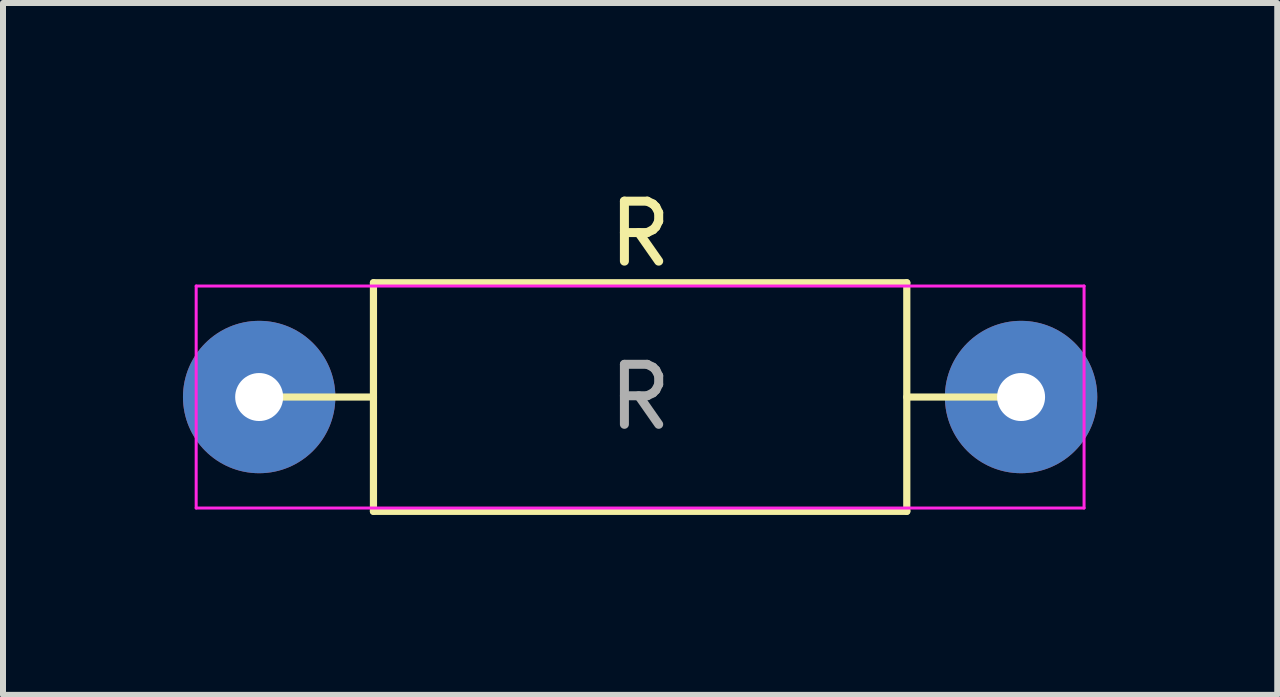
<source format=kicad_pcb>
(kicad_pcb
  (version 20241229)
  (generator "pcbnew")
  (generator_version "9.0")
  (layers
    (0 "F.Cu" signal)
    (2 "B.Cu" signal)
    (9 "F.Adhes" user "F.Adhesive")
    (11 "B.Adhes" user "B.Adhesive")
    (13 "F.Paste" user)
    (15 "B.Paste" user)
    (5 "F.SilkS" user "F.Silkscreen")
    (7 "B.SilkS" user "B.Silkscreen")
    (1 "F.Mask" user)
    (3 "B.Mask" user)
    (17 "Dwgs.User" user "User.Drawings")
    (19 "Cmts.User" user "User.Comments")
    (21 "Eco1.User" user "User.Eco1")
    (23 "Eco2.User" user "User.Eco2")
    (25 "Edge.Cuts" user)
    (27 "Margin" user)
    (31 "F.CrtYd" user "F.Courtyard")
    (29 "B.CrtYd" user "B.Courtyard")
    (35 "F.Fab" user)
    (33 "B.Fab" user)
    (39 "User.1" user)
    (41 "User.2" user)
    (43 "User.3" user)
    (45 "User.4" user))
  (footprint "R"
    (layer "F.Cu")
    (at 1.27 3.568)
    (property "Reference" "R" (at 6.35 -2.72 0) (layer "F.SilkS") (effects (font (size 1 1) (thickness 0.15))))
    (attr through_hole)
    (fp_line (start 0 0) (end 1.905 0) (stroke (width 0.12) (type solid)) (layer "F.SilkS"))
    (fp_line (start 1.905 -1.905) (end 1.905 1.905) (stroke (width 0.12) (type solid)) (layer "F.SilkS"))
    (fp_line (start 1.905 1.905) (end 10.795 1.905) (stroke (width 0.12) (type solid)) (layer "F.SilkS"))
    (fp_line (start 10.795 -1.905) (end 1.905 -1.905) (stroke (width 0.12) (type solid)) (layer "F.SilkS"))
    (fp_line (start 10.795 1.905) (end 10.795 -1.905) (stroke (width 0.12) (type solid)) (layer "F.SilkS"))
    (fp_line (start 12.7 0) (end 10.795 0) (stroke (width 0.12) (type solid)) (layer "F.SilkS"))
    (fp_line (start -1.05 -1.85) (end -1.05 1.85) (stroke (width 0.05) (type solid)) (layer "F.CrtYd"))
    (fp_line (start -1.05 1.85) (end 13.75 1.85) (stroke (width 0.05) (type solid)) (layer "F.CrtYd"))
    (fp_line (start 13.75 -1.85) (end -1.05 -1.85) (stroke (width 0.05) (type solid)) (layer "F.CrtYd"))
    (fp_line (start 13.75 1.85) (end 13.75 -1.85) (stroke (width 0.05) (type solid)) (layer "F.CrtYd"))
    (fp_text user "${REFERENCE}" (at 6.35 0 0) (layer "F.Fab") (effects (font (size 1 1) (thickness 0.15))))
    (pad "1" thru_hole circle (at 0 0) (size 2.54 2.54) (drill 0.8) (layers "*.Cu" "*.Mask"))
    (pad "2" thru_hole circle (at 12.7 0) (size 2.54 2.54) (drill 0.8) (layers "*.Cu" "*.Mask")))
  (gr_rect
    (start -3 -3)
    (end 18.24 8.533)
    (stroke (width 0.1) (type default))
    (fill no)
    (layer "Edge.Cuts")))
</source>
